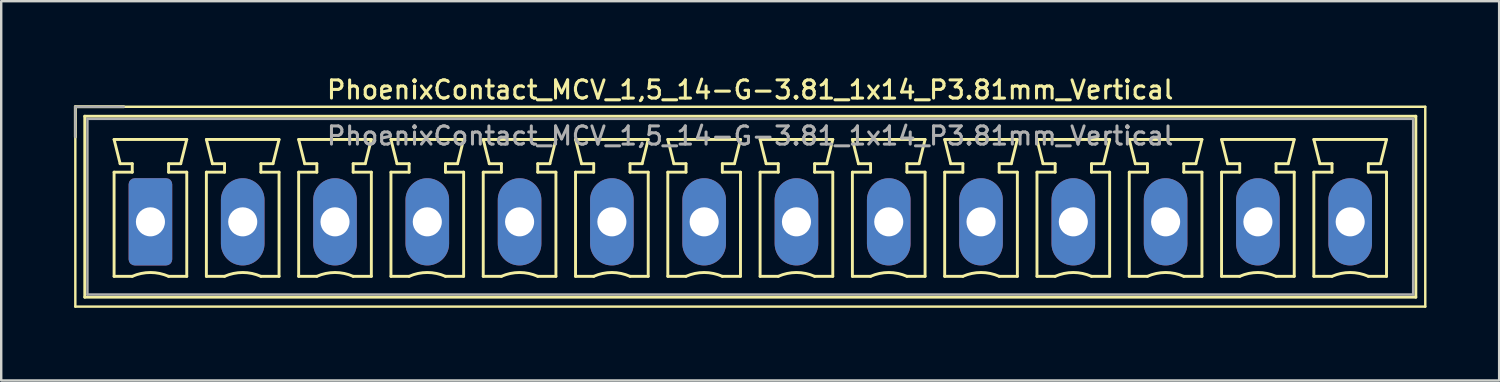
<source format=kicad_pcb>
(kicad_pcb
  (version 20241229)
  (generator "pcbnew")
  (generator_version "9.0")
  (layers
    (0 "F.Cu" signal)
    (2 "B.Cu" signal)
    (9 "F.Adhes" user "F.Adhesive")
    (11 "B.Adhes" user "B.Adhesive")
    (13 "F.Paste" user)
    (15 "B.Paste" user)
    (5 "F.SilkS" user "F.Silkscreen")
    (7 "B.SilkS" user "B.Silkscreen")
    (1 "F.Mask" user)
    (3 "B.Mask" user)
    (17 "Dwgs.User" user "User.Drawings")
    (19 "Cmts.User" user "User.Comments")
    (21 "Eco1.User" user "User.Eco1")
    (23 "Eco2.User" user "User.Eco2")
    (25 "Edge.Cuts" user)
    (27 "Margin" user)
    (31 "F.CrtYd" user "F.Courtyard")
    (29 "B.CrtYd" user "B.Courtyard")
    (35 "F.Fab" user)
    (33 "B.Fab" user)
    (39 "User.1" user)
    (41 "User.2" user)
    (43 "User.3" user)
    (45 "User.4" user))
  (footprint "PhoenixContact_MCV_1,5_14-G-3.81_1x14_P3.81mm_Vertical"
    (layer "F.Cu")
    (at 3.16 6.108)
    (property "Reference" "PhoenixContact_MCV_1,5_14-G-3.81_1x14_P3.81mm_Vertical" (at 24.76 -5.45 0) (layer "F.SilkS") (effects (font (size 0.75 0.75) (thickness 0.125))))
    (attr through_hole)
    (fp_line (start -3.1 -4.75) (end -3.1 3.5) (stroke (width 0.1) (type solid)) (layer "F.SilkS"))
    (fp_line (start -3.1 -4.75) (end -1.1 -4.75) (stroke (width 0.12) (type solid)) (layer "F.SilkS"))
    (fp_line (start -3.1 -3.5) (end -3.1 -4.75) (stroke (width 0.12) (type solid)) (layer "F.SilkS"))
    (fp_line (start -3.1 3.5) (end 52.63 3.5) (stroke (width 0.1) (type solid)) (layer "F.SilkS"))
    (fp_line (start -2.71 -4.36) (end -2.71 3.11) (stroke (width 0.12) (type solid)) (layer "F.SilkS"))
    (fp_line (start -2.71 3.11) (end 52.24 3.11) (stroke (width 0.12) (type solid)) (layer "F.SilkS"))
    (fp_line (start -1.5 -3.4) (end 1.5 -3.4) (stroke (width 0.12) (type solid)) (layer "F.SilkS"))
    (fp_line (start -1.5 -2.05) (end -0.75 -2.05) (stroke (width 0.12) (type solid)) (layer "F.SilkS"))
    (fp_line (start -1.5 2.25) (end -1.5 -2.05) (stroke (width 0.12) (type solid)) (layer "F.SilkS"))
    (fp_line (start -1.25 -2.4) (end -1.5 -3.4) (stroke (width 0.12) (type solid)) (layer "F.SilkS"))
    (fp_line (start -0.75 -2.4) (end -1.25 -2.4) (stroke (width 0.12) (type solid)) (layer "F.SilkS"))
    (fp_line (start -0.75 -2.05) (end -0.75 -2.4) (stroke (width 0.12) (type solid)) (layer "F.SilkS"))
    (fp_line (start -0.75 2.25) (end -1.5 2.25) (stroke (width 0.12) (type solid)) (layer "F.SilkS"))
    (fp_line (start 0.75 -2.4) (end 0.75 -2.05) (stroke (width 0.12) (type solid)) (layer "F.SilkS"))
    (fp_line (start 0.75 -2.05) (end 1.5 -2.05) (stroke (width 0.12) (type solid)) (layer "F.SilkS"))
    (fp_line (start 1.25 -2.4) (end 0.75 -2.4) (stroke (width 0.12) (type solid)) (layer "F.SilkS"))
    (fp_line (start 1.5 -3.4) (end 1.25 -2.4) (stroke (width 0.12) (type solid)) (layer "F.SilkS"))
    (fp_line (start 1.5 -2.05) (end 1.5 2.25) (stroke (width 0.12) (type solid)) (layer "F.SilkS"))
    (fp_line (start 1.5 2.25) (end 0.75 2.25) (stroke (width 0.12) (type solid)) (layer "F.SilkS"))
    (fp_line (start 2.31 -3.4) (end 5.31 -3.4) (stroke (width 0.12) (type solid)) (layer "F.SilkS"))
    (fp_line (start 2.31 -2.05) (end 3.06 -2.05) (stroke (width 0.12) (type solid)) (layer "F.SilkS"))
    (fp_line (start 2.31 2.25) (end 2.31 -2.05) (stroke (width 0.12) (type solid)) (layer "F.SilkS"))
    (fp_line (start 2.56 -2.4) (end 2.31 -3.4) (stroke (width 0.12) (type solid)) (layer "F.SilkS"))
    (fp_line (start 3.06 -2.4) (end 2.56 -2.4) (stroke (width 0.12) (type solid)) (layer "F.SilkS"))
    (fp_line (start 3.06 -2.05) (end 3.06 -2.4) (stroke (width 0.12) (type solid)) (layer "F.SilkS"))
    (fp_line (start 3.06 2.25) (end 2.31 2.25) (stroke (width 0.12) (type solid)) (layer "F.SilkS"))
    (fp_line (start 4.56 -2.4) (end 4.56 -2.05) (stroke (width 0.12) (type solid)) (layer "F.SilkS"))
    (fp_line (start 4.56 -2.05) (end 5.31 -2.05) (stroke (width 0.12) (type solid)) (layer "F.SilkS"))
    (fp_line (start 5.06 -2.4) (end 4.56 -2.4) (stroke (width 0.12) (type solid)) (layer "F.SilkS"))
    (fp_line (start 5.31 -3.4) (end 5.06 -2.4) (stroke (width 0.12) (type solid)) (layer "F.SilkS"))
    (fp_line (start 5.31 -2.05) (end 5.31 2.25) (stroke (width 0.12) (type solid)) (layer "F.SilkS"))
    (fp_line (start 5.31 2.25) (end 4.56 2.25) (stroke (width 0.12) (type solid)) (layer "F.SilkS"))
    (fp_line (start 6.12 -3.4) (end 9.12 -3.4) (stroke (width 0.12) (type solid)) (layer "F.SilkS"))
    (fp_line (start 6.12 -2.05) (end 6.87 -2.05) (stroke (width 0.12) (type solid)) (layer "F.SilkS"))
    (fp_line (start 6.12 2.25) (end 6.12 -2.05) (stroke (width 0.12) (type solid)) (layer "F.SilkS"))
    (fp_line (start 6.37 -2.4) (end 6.12 -3.4) (stroke (width 0.12) (type solid)) (layer "F.SilkS"))
    (fp_line (start 6.87 -2.4) (end 6.37 -2.4) (stroke (width 0.12) (type solid)) (layer "F.SilkS"))
    (fp_line (start 6.87 -2.05) (end 6.87 -2.4) (stroke (width 0.12) (type solid)) (layer "F.SilkS"))
    (fp_line (start 6.87 2.25) (end 6.12 2.25) (stroke (width 0.12) (type solid)) (layer "F.SilkS"))
    (fp_line (start 8.37 -2.4) (end 8.37 -2.05) (stroke (width 0.12) (type solid)) (layer "F.SilkS"))
    (fp_line (start 8.37 -2.05) (end 9.12 -2.05) (stroke (width 0.12) (type solid)) (layer "F.SilkS"))
    (fp_line (start 8.87 -2.4) (end 8.37 -2.4) (stroke (width 0.12) (type solid)) (layer "F.SilkS"))
    (fp_line (start 9.12 -3.4) (end 8.87 -2.4) (stroke (width 0.12) (type solid)) (layer "F.SilkS"))
    (fp_line (start 9.12 -2.05) (end 9.12 2.25) (stroke (width 0.12) (type solid)) (layer "F.SilkS"))
    (fp_line (start 9.12 2.25) (end 8.37 2.25) (stroke (width 0.12) (type solid)) (layer "F.SilkS"))
    (fp_line (start 9.93 -3.4) (end 12.93 -3.4) (stroke (width 0.12) (type solid)) (layer "F.SilkS"))
    (fp_line (start 9.93 -2.05) (end 10.68 -2.05) (stroke (width 0.12) (type solid)) (layer "F.SilkS"))
    (fp_line (start 9.93 2.25) (end 9.93 -2.05) (stroke (width 0.12) (type solid)) (layer "F.SilkS"))
    (fp_line (start 10.18 -2.4) (end 9.93 -3.4) (stroke (width 0.12) (type solid)) (layer "F.SilkS"))
    (fp_line (start 10.68 -2.4) (end 10.18 -2.4) (stroke (width 0.12) (type solid)) (layer "F.SilkS"))
    (fp_line (start 10.68 -2.05) (end 10.68 -2.4) (stroke (width 0.12) (type solid)) (layer "F.SilkS"))
    (fp_line (start 10.68 2.25) (end 9.93 2.25) (stroke (width 0.12) (type solid)) (layer "F.SilkS"))
    (fp_line (start 12.18 -2.4) (end 12.18 -2.05) (stroke (width 0.12) (type solid)) (layer "F.SilkS"))
    (fp_line (start 12.18 -2.05) (end 12.93 -2.05) (stroke (width 0.12) (type solid)) (layer "F.SilkS"))
    (fp_line (start 12.68 -2.4) (end 12.18 -2.4) (stroke (width 0.12) (type solid)) (layer "F.SilkS"))
    (fp_line (start 12.93 -3.4) (end 12.68 -2.4) (stroke (width 0.12) (type solid)) (layer "F.SilkS"))
    (fp_line (start 12.93 -2.05) (end 12.93 2.25) (stroke (width 0.12) (type solid)) (layer "F.SilkS"))
    (fp_line (start 12.93 2.25) (end 12.18 2.25) (stroke (width 0.12) (type solid)) (layer "F.SilkS"))
    (fp_line (start 13.74 -3.4) (end 16.74 -3.4) (stroke (width 0.12) (type solid)) (layer "F.SilkS"))
    (fp_line (start 13.74 -2.05) (end 14.49 -2.05) (stroke (width 0.12) (type solid)) (layer "F.SilkS"))
    (fp_line (start 13.74 2.25) (end 13.74 -2.05) (stroke (width 0.12) (type solid)) (layer "F.SilkS"))
    (fp_line (start 13.99 -2.4) (end 13.74 -3.4) (stroke (width 0.12) (type solid)) (layer "F.SilkS"))
    (fp_line (start 14.49 -2.4) (end 13.99 -2.4) (stroke (width 0.12) (type solid)) (layer "F.SilkS"))
    (fp_line (start 14.49 -2.05) (end 14.49 -2.4) (stroke (width 0.12) (type solid)) (layer "F.SilkS"))
    (fp_line (start 14.49 2.25) (end 13.74 2.25) (stroke (width 0.12) (type solid)) (layer "F.SilkS"))
    (fp_line (start 15.99 -2.4) (end 15.99 -2.05) (stroke (width 0.12) (type solid)) (layer "F.SilkS"))
    (fp_line (start 15.99 -2.05) (end 16.74 -2.05) (stroke (width 0.12) (type solid)) (layer "F.SilkS"))
    (fp_line (start 16.49 -2.4) (end 15.99 -2.4) (stroke (width 0.12) (type solid)) (layer "F.SilkS"))
    (fp_line (start 16.74 -3.4) (end 16.49 -2.4) (stroke (width 0.12) (type solid)) (layer "F.SilkS"))
    (fp_line (start 16.74 -2.05) (end 16.74 2.25) (stroke (width 0.12) (type solid)) (layer "F.SilkS"))
    (fp_line (start 16.74 2.25) (end 15.99 2.25) (stroke (width 0.12) (type solid)) (layer "F.SilkS"))
    (fp_line (start 17.55 -3.4) (end 20.55 -3.4) (stroke (width 0.12) (type solid)) (layer "F.SilkS"))
    (fp_line (start 17.55 -2.05) (end 18.3 -2.05) (stroke (width 0.12) (type solid)) (layer "F.SilkS"))
    (fp_line (start 17.55 2.25) (end 17.55 -2.05) (stroke (width 0.12) (type solid)) (layer "F.SilkS"))
    (fp_line (start 17.8 -2.4) (end 17.55 -3.4) (stroke (width 0.12) (type solid)) (layer "F.SilkS"))
    (fp_line (start 18.3 -2.4) (end 17.8 -2.4) (stroke (width 0.12) (type solid)) (layer "F.SilkS"))
    (fp_line (start 18.3 -2.05) (end 18.3 -2.4) (stroke (width 0.12) (type solid)) (layer "F.SilkS"))
    (fp_line (start 18.3 2.25) (end 17.55 2.25) (stroke (width 0.12) (type solid)) (layer "F.SilkS"))
    (fp_line (start 19.8 -2.4) (end 19.8 -2.05) (stroke (width 0.12) (type solid)) (layer "F.SilkS"))
    (fp_line (start 19.8 -2.05) (end 20.55 -2.05) (stroke (width 0.12) (type solid)) (layer "F.SilkS"))
    (fp_line (start 20.3 -2.4) (end 19.8 -2.4) (stroke (width 0.12) (type solid)) (layer "F.SilkS"))
    (fp_line (start 20.55 -3.4) (end 20.3 -2.4) (stroke (width 0.12) (type solid)) (layer "F.SilkS"))
    (fp_line (start 20.55 -2.05) (end 20.55 2.25) (stroke (width 0.12) (type solid)) (layer "F.SilkS"))
    (fp_line (start 20.55 2.25) (end 19.8 2.25) (stroke (width 0.12) (type solid)) (layer "F.SilkS"))
    (fp_line (start 21.36 -3.4) (end 24.36 -3.4) (stroke (width 0.12) (type solid)) (layer "F.SilkS"))
    (fp_line (start 21.36 -2.05) (end 22.11 -2.05) (stroke (width 0.12) (type solid)) (layer "F.SilkS"))
    (fp_line (start 21.36 2.25) (end 21.36 -2.05) (stroke (width 0.12) (type solid)) (layer "F.SilkS"))
    (fp_line (start 21.61 -2.4) (end 21.36 -3.4) (stroke (width 0.12) (type solid)) (layer "F.SilkS"))
    (fp_line (start 22.11 -2.4) (end 21.61 -2.4) (stroke (width 0.12) (type solid)) (layer "F.SilkS"))
    (fp_line (start 22.11 -2.05) (end 22.11 -2.4) (stroke (width 0.12) (type solid)) (layer "F.SilkS"))
    (fp_line (start 22.11 2.25) (end 21.36 2.25) (stroke (width 0.12) (type solid)) (layer "F.SilkS"))
    (fp_line (start 23.61 -2.4) (end 23.61 -2.05) (stroke (width 0.12) (type solid)) (layer "F.SilkS"))
    (fp_line (start 23.61 -2.05) (end 24.36 -2.05) (stroke (width 0.12) (type solid)) (layer "F.SilkS"))
    (fp_line (start 24.11 -2.4) (end 23.61 -2.4) (stroke (width 0.12) (type solid)) (layer "F.SilkS"))
    (fp_line (start 24.36 -3.4) (end 24.11 -2.4) (stroke (width 0.12) (type solid)) (layer "F.SilkS"))
    (fp_line (start 24.36 -2.05) (end 24.36 2.25) (stroke (width 0.12) (type solid)) (layer "F.SilkS"))
    (fp_line (start 24.36 2.25) (end 23.61 2.25) (stroke (width 0.12) (type solid)) (layer "F.SilkS"))
    (fp_line (start 25.17 -3.4) (end 28.17 -3.4) (stroke (width 0.12) (type solid)) (layer "F.SilkS"))
    (fp_line (start 25.17 -2.05) (end 25.92 -2.05) (stroke (width 0.12) (type solid)) (layer "F.SilkS"))
    (fp_line (start 25.17 2.25) (end 25.17 -2.05) (stroke (width 0.12) (type solid)) (layer "F.SilkS"))
    (fp_line (start 25.42 -2.4) (end 25.17 -3.4) (stroke (width 0.12) (type solid)) (layer "F.SilkS"))
    (fp_line (start 25.92 -2.4) (end 25.42 -2.4) (stroke (width 0.12) (type solid)) (layer "F.SilkS"))
    (fp_line (start 25.92 -2.05) (end 25.92 -2.4) (stroke (width 0.12) (type solid)) (layer "F.SilkS"))
    (fp_line (start 25.92 2.25) (end 25.17 2.25) (stroke (width 0.12) (type solid)) (layer "F.SilkS"))
    (fp_line (start 27.42 -2.4) (end 27.42 -2.05) (stroke (width 0.12) (type solid)) (layer "F.SilkS"))
    (fp_line (start 27.42 -2.05) (end 28.17 -2.05) (stroke (width 0.12) (type solid)) (layer "F.SilkS"))
    (fp_line (start 27.92 -2.4) (end 27.42 -2.4) (stroke (width 0.12) (type solid)) (layer "F.SilkS"))
    (fp_line (start 28.17 -3.4) (end 27.92 -2.4) (stroke (width 0.12) (type solid)) (layer "F.SilkS"))
    (fp_line (start 28.17 -2.05) (end 28.17 2.25) (stroke (width 0.12) (type solid)) (layer "F.SilkS"))
    (fp_line (start 28.17 2.25) (end 27.42 2.25) (stroke (width 0.12) (type solid)) (layer "F.SilkS"))
    (fp_line (start 28.98 -3.4) (end 31.98 -3.4) (stroke (width 0.12) (type solid)) (layer "F.SilkS"))
    (fp_line (start 28.98 -2.05) (end 29.73 -2.05) (stroke (width 0.12) (type solid)) (layer "F.SilkS"))
    (fp_line (start 28.98 2.25) (end 28.98 -2.05) (stroke (width 0.12) (type solid)) (layer "F.SilkS"))
    (fp_line (start 29.23 -2.4) (end 28.98 -3.4) (stroke (width 0.12) (type solid)) (layer "F.SilkS"))
    (fp_line (start 29.73 -2.4) (end 29.23 -2.4) (stroke (width 0.12) (type solid)) (layer "F.SilkS"))
    (fp_line (start 29.73 -2.05) (end 29.73 -2.4) (stroke (width 0.12) (type solid)) (layer "F.SilkS"))
    (fp_line (start 29.73 2.25) (end 28.98 2.25) (stroke (width 0.12) (type solid)) (layer "F.SilkS"))
    (fp_line (start 31.23 -2.4) (end 31.23 -2.05) (stroke (width 0.12) (type solid)) (layer "F.SilkS"))
    (fp_line (start 31.23 -2.05) (end 31.98 -2.05) (stroke (width 0.12) (type solid)) (layer "F.SilkS"))
    (fp_line (start 31.73 -2.4) (end 31.23 -2.4) (stroke (width 0.12) (type solid)) (layer "F.SilkS"))
    (fp_line (start 31.98 -3.4) (end 31.73 -2.4) (stroke (width 0.12) (type solid)) (layer "F.SilkS"))
    (fp_line (start 31.98 -2.05) (end 31.98 2.25) (stroke (width 0.12) (type solid)) (layer "F.SilkS"))
    (fp_line (start 31.98 2.25) (end 31.23 2.25) (stroke (width 0.12) (type solid)) (layer "F.SilkS"))
    (fp_line (start 32.79 -3.4) (end 35.79 -3.4) (stroke (width 0.12) (type solid)) (layer "F.SilkS"))
    (fp_line (start 32.79 -2.05) (end 33.54 -2.05) (stroke (width 0.12) (type solid)) (layer "F.SilkS"))
    (fp_line (start 32.79 2.25) (end 32.79 -2.05) (stroke (width 0.12) (type solid)) (layer "F.SilkS"))
    (fp_line (start 33.04 -2.4) (end 32.79 -3.4) (stroke (width 0.12) (type solid)) (layer "F.SilkS"))
    (fp_line (start 33.54 -2.4) (end 33.04 -2.4) (stroke (width 0.12) (type solid)) (layer "F.SilkS"))
    (fp_line (start 33.54 -2.05) (end 33.54 -2.4) (stroke (width 0.12) (type solid)) (layer "F.SilkS"))
    (fp_line (start 33.54 2.25) (end 32.79 2.25) (stroke (width 0.12) (type solid)) (layer "F.SilkS"))
    (fp_line (start 35.04 -2.4) (end 35.04 -2.05) (stroke (width 0.12) (type solid)) (layer "F.SilkS"))
    (fp_line (start 35.04 -2.05) (end 35.79 -2.05) (stroke (width 0.12) (type solid)) (layer "F.SilkS"))
    (fp_line (start 35.54 -2.4) (end 35.04 -2.4) (stroke (width 0.12) (type solid)) (layer "F.SilkS"))
    (fp_line (start 35.79 -3.4) (end 35.54 -2.4) (stroke (width 0.12) (type solid)) (layer "F.SilkS"))
    (fp_line (start 35.79 -2.05) (end 35.79 2.25) (stroke (width 0.12) (type solid)) (layer "F.SilkS"))
    (fp_line (start 35.79 2.25) (end 35.04 2.25) (stroke (width 0.12) (type solid)) (layer "F.SilkS"))
    (fp_line (start 36.6 -3.4) (end 39.6 -3.4) (stroke (width 0.12) (type solid)) (layer "F.SilkS"))
    (fp_line (start 36.6 -2.05) (end 37.35 -2.05) (stroke (width 0.12) (type solid)) (layer "F.SilkS"))
    (fp_line (start 36.6 2.25) (end 36.6 -2.05) (stroke (width 0.12) (type solid)) (layer "F.SilkS"))
    (fp_line (start 36.85 -2.4) (end 36.6 -3.4) (stroke (width 0.12) (type solid)) (layer "F.SilkS"))
    (fp_line (start 37.35 -2.4) (end 36.85 -2.4) (stroke (width 0.12) (type solid)) (layer "F.SilkS"))
    (fp_line (start 37.35 -2.05) (end 37.35 -2.4) (stroke (width 0.12) (type solid)) (layer "F.SilkS"))
    (fp_line (start 37.35 2.25) (end 36.6 2.25) (stroke (width 0.12) (type solid)) (layer "F.SilkS"))
    (fp_line (start 38.85 -2.4) (end 38.85 -2.05) (stroke (width 0.12) (type solid)) (layer "F.SilkS"))
    (fp_line (start 38.85 -2.05) (end 39.6 -2.05) (stroke (width 0.12) (type solid)) (layer "F.SilkS"))
    (fp_line (start 39.35 -2.4) (end 38.85 -2.4) (stroke (width 0.12) (type solid)) (layer "F.SilkS"))
    (fp_line (start 39.6 -3.4) (end 39.35 -2.4) (stroke (width 0.12) (type solid)) (layer "F.SilkS"))
    (fp_line (start 39.6 -2.05) (end 39.6 2.25) (stroke (width 0.12) (type solid)) (layer "F.SilkS"))
    (fp_line (start 39.6 2.25) (end 38.85 2.25) (stroke (width 0.12) (type solid)) (layer "F.SilkS"))
    (fp_line (start 40.41 -3.4) (end 43.41 -3.4) (stroke (width 0.12) (type solid)) (layer "F.SilkS"))
    (fp_line (start 40.41 -2.05) (end 41.16 -2.05) (stroke (width 0.12) (type solid)) (layer "F.SilkS"))
    (fp_line (start 40.41 2.25) (end 40.41 -2.05) (stroke (width 0.12) (type solid)) (layer "F.SilkS"))
    (fp_line (start 40.66 -2.4) (end 40.41 -3.4) (stroke (width 0.12) (type solid)) (layer "F.SilkS"))
    (fp_line (start 41.16 -2.4) (end 40.66 -2.4) (stroke (width 0.12) (type solid)) (layer "F.SilkS"))
    (fp_line (start 41.16 -2.05) (end 41.16 -2.4) (stroke (width 0.12) (type solid)) (layer "F.SilkS"))
    (fp_line (start 41.16 2.25) (end 40.41 2.25) (stroke (width 0.12) (type solid)) (layer "F.SilkS"))
    (fp_line (start 42.66 -2.4) (end 42.66 -2.05) (stroke (width 0.12) (type solid)) (layer "F.SilkS"))
    (fp_line (start 42.66 -2.05) (end 43.41 -2.05) (stroke (width 0.12) (type solid)) (layer "F.SilkS"))
    (fp_line (start 43.16 -2.4) (end 42.66 -2.4) (stroke (width 0.12) (type solid)) (layer "F.SilkS"))
    (fp_line (start 43.41 -3.4) (end 43.16 -2.4) (stroke (width 0.12) (type solid)) (layer "F.SilkS"))
    (fp_line (start 43.41 -2.05) (end 43.41 2.25) (stroke (width 0.12) (type solid)) (layer "F.SilkS"))
    (fp_line (start 43.41 2.25) (end 42.66 2.25) (stroke (width 0.12) (type solid)) (layer "F.SilkS"))
    (fp_line (start 44.22 -3.4) (end 47.22 -3.4) (stroke (width 0.12) (type solid)) (layer "F.SilkS"))
    (fp_line (start 44.22 -2.05) (end 44.97 -2.05) (stroke (width 0.12) (type solid)) (layer "F.SilkS"))
    (fp_line (start 44.22 2.25) (end 44.22 -2.05) (stroke (width 0.12) (type solid)) (layer "F.SilkS"))
    (fp_line (start 44.47 -2.4) (end 44.22 -3.4) (stroke (width 0.12) (type solid)) (layer "F.SilkS"))
    (fp_line (start 44.97 -2.4) (end 44.47 -2.4) (stroke (width 0.12) (type solid)) (layer "F.SilkS"))
    (fp_line (start 44.97 -2.05) (end 44.97 -2.4) (stroke (width 0.12) (type solid)) (layer "F.SilkS"))
    (fp_line (start 44.97 2.25) (end 44.22 2.25) (stroke (width 0.12) (type solid)) (layer "F.SilkS"))
    (fp_line (start 46.47 -2.4) (end 46.47 -2.05) (stroke (width 0.12) (type solid)) (layer "F.SilkS"))
    (fp_line (start 46.47 -2.05) (end 47.22 -2.05) (stroke (width 0.12) (type solid)) (layer "F.SilkS"))
    (fp_line (start 46.97 -2.4) (end 46.47 -2.4) (stroke (width 0.12) (type solid)) (layer "F.SilkS"))
    (fp_line (start 47.22 -3.4) (end 46.97 -2.4) (stroke (width 0.12) (type solid)) (layer "F.SilkS"))
    (fp_line (start 47.22 -2.05) (end 47.22 2.25) (stroke (width 0.12) (type solid)) (layer "F.SilkS"))
    (fp_line (start 47.22 2.25) (end 46.47 2.25) (stroke (width 0.12) (type solid)) (layer "F.SilkS"))
    (fp_line (start 48.03 -3.4) (end 51.03 -3.4) (stroke (width 0.12) (type solid)) (layer "F.SilkS"))
    (fp_line (start 48.03 -2.05) (end 48.78 -2.05) (stroke (width 0.12) (type solid)) (layer "F.SilkS"))
    (fp_line (start 48.03 2.25) (end 48.03 -2.05) (stroke (width 0.12) (type solid)) (layer "F.SilkS"))
    (fp_line (start 48.28 -2.4) (end 48.03 -3.4) (stroke (width 0.12) (type solid)) (layer "F.SilkS"))
    (fp_line (start 48.78 -2.4) (end 48.28 -2.4) (stroke (width 0.12) (type solid)) (layer "F.SilkS"))
    (fp_line (start 48.78 -2.05) (end 48.78 -2.4) (stroke (width 0.12) (type solid)) (layer "F.SilkS"))
    (fp_line (start 48.78 2.25) (end 48.03 2.25) (stroke (width 0.12) (type solid)) (layer "F.SilkS"))
    (fp_line (start 50.28 -2.4) (end 50.28 -2.05) (stroke (width 0.12) (type solid)) (layer "F.SilkS"))
    (fp_line (start 50.28 -2.05) (end 51.03 -2.05) (stroke (width 0.12) (type solid)) (layer "F.SilkS"))
    (fp_line (start 50.78 -2.4) (end 50.28 -2.4) (stroke (width 0.12) (type solid)) (layer "F.SilkS"))
    (fp_line (start 51.03 -3.4) (end 50.78 -2.4) (stroke (width 0.12) (type solid)) (layer "F.SilkS"))
    (fp_line (start 51.03 -2.05) (end 51.03 2.25) (stroke (width 0.12) (type solid)) (layer "F.SilkS"))
    (fp_line (start 51.03 2.25) (end 50.28 2.25) (stroke (width 0.12) (type solid)) (layer "F.SilkS"))
    (fp_line (start 52.24 -4.36) (end -2.71 -4.36) (stroke (width 0.12) (type solid)) (layer "F.SilkS"))
    (fp_line (start 52.24 3.11) (end 52.24 -4.36) (stroke (width 0.12) (type solid)) (layer "F.SilkS"))
    (fp_line (start 52.63 -4.75) (end -3.1 -4.75) (stroke (width 0.1) (type solid)) (layer "F.SilkS"))
    (fp_line (start 52.63 3.5) (end 52.63 -4.75) (stroke (width 0.1) (type solid)) (layer "F.SilkS"))
    (fp_arc (start -0.75 2.25) (mid -0.000193 2.09191) (end 0.749647 2.249844) (stroke (width 0.12) (type solid)) (layer "F.SilkS"))
    (fp_arc (start 3.06 2.25) (mid 3.809807 2.09191) (end 4.559647 2.249844) (stroke (width 0.12) (type solid)) (layer "F.SilkS"))
    (fp_arc (start 6.87 2.25) (mid 7.619807 2.09191) (end 8.369647 2.249844) (stroke (width 0.12) (type solid)) (layer "F.SilkS"))
    (fp_arc (start 10.68 2.25) (mid 11.429807 2.09191) (end 12.179647 2.249844) (stroke (width 0.12) (type solid)) (layer "F.SilkS"))
    (fp_arc (start 14.49 2.25) (mid 15.239807 2.09191) (end 15.989647 2.249844) (stroke (width 0.12) (type solid)) (layer "F.SilkS"))
    (fp_arc (start 18.3 2.25) (mid 19.049807 2.09191) (end 19.799647 2.249844) (stroke (width 0.12) (type solid)) (layer "F.SilkS"))
    (fp_arc (start 22.11 2.25) (mid 22.859807 2.09191) (end 23.609647 2.249844) (stroke (width 0.12) (type solid)) (layer "F.SilkS"))
    (fp_arc (start 25.92 2.25) (mid 26.669807 2.09191) (end 27.419647 2.249844) (stroke (width 0.12) (type solid)) (layer "F.SilkS"))
    (fp_arc (start 29.73 2.25) (mid 30.479807 2.09191) (end 31.229647 2.249844) (stroke (width 0.12) (type solid)) (layer "F.SilkS"))
    (fp_arc (start 33.54 2.25) (mid 34.289807 2.09191) (end 35.039647 2.249844) (stroke (width 0.12) (type solid)) (layer "F.SilkS"))
    (fp_arc (start 37.35 2.25) (mid 38.099807 2.09191) (end 38.849647 2.249844) (stroke (width 0.12) (type solid)) (layer "F.SilkS"))
    (fp_arc (start 41.16 2.25) (mid 41.909807 2.09191) (end 42.659647 2.249844) (stroke (width 0.12) (type solid)) (layer "F.SilkS"))
    (fp_arc (start 44.97 2.25) (mid 45.719807 2.09191) (end 46.469647 2.249844) (stroke (width 0.12) (type solid)) (layer "F.SilkS"))
    (fp_arc (start 48.78 2.25) (mid 49.529807 2.09191) (end 50.279647 2.249844) (stroke (width 0.12) (type solid)) (layer "F.SilkS"))
    (fp_line (start -3.1 -4.75) (end -1.1 -4.75) (stroke (width 0.1) (type solid)) (layer "F.Fab"))
    (fp_line (start -3.1 -3.5) (end -3.1 -4.75) (stroke (width 0.1) (type solid)) (layer "F.Fab"))
    (fp_line (start -2.6 -4.25) (end -2.6 3) (stroke (width 0.1) (type solid)) (layer "F.Fab"))
    (fp_line (start -2.6 3) (end 52.13 3) (stroke (width 0.1) (type solid)) (layer "F.Fab"))
    (fp_line (start 52.13 -4.25) (end -2.6 -4.25) (stroke (width 0.1) (type solid)) (layer "F.Fab"))
    (fp_line (start 52.13 3) (end 52.13 -4.25) (stroke (width 0.1) (type solid)) (layer "F.Fab"))
    (fp_text user "${REFERENCE}" (at 24.76 -3.55 0) (layer "F.Fab") (effects (font (size 0.75 0.75) (thickness 0.125))))
    (pad "1" thru_hole roundrect (at 0 0) (size 1.8 3.6) (drill 1.2) (layers "*.Cu" "*.Mask") (roundrect_rratio 0.139))
    (pad "2" thru_hole oval (at 3.81 0) (size 1.8 3.6) (drill 1.2) (layers "*.Cu" "*.Mask"))
    (pad "3" thru_hole oval (at 7.62 0) (size 1.8 3.6) (drill 1.2) (layers "*.Cu" "*.Mask"))
    (pad "4" thru_hole oval (at 11.43 0) (size 1.8 3.6) (drill 1.2) (layers "*.Cu" "*.Mask"))
    (pad "5" thru_hole oval (at 15.24 0) (size 1.8 3.6) (drill 1.2) (layers "*.Cu" "*.Mask"))
    (pad "6" thru_hole oval (at 19.05 0) (size 1.8 3.6) (drill 1.2) (layers "*.Cu" "*.Mask"))
    (pad "7" thru_hole oval (at 22.86 0) (size 1.8 3.6) (drill 1.2) (layers "*.Cu" "*.Mask"))
    (pad "8" thru_hole oval (at 26.67 0) (size 1.8 3.6) (drill 1.2) (layers "*.Cu" "*.Mask"))
    (pad "9" thru_hole oval (at 30.48 0) (size 1.8 3.6) (drill 1.2) (layers "*.Cu" "*.Mask"))
    (pad "10" thru_hole oval (at 34.29 0) (size 1.8 3.6) (drill 1.2) (layers "*.Cu" "*.Mask"))
    (pad "11" thru_hole oval (at 38.1 0) (size 1.8 3.6) (drill 1.2) (layers "*.Cu" "*.Mask"))
    (pad "12" thru_hole oval (at 41.91 0) (size 1.8 3.6) (drill 1.2) (layers "*.Cu" "*.Mask"))
    (pad "13" thru_hole oval (at 45.72 0) (size 1.8 3.6) (drill 1.2) (layers "*.Cu" "*.Mask"))
    (pad "14" thru_hole oval (at 49.53 0) (size 1.8 3.6) (drill 1.2) (layers "*.Cu" "*.Mask")))
  (gr_rect
    (start -3 -3)
    (end 58.84 12.658)
    (stroke (width 0.1) (type default))
    (fill no)
    (layer "Edge.Cuts")))
</source>
